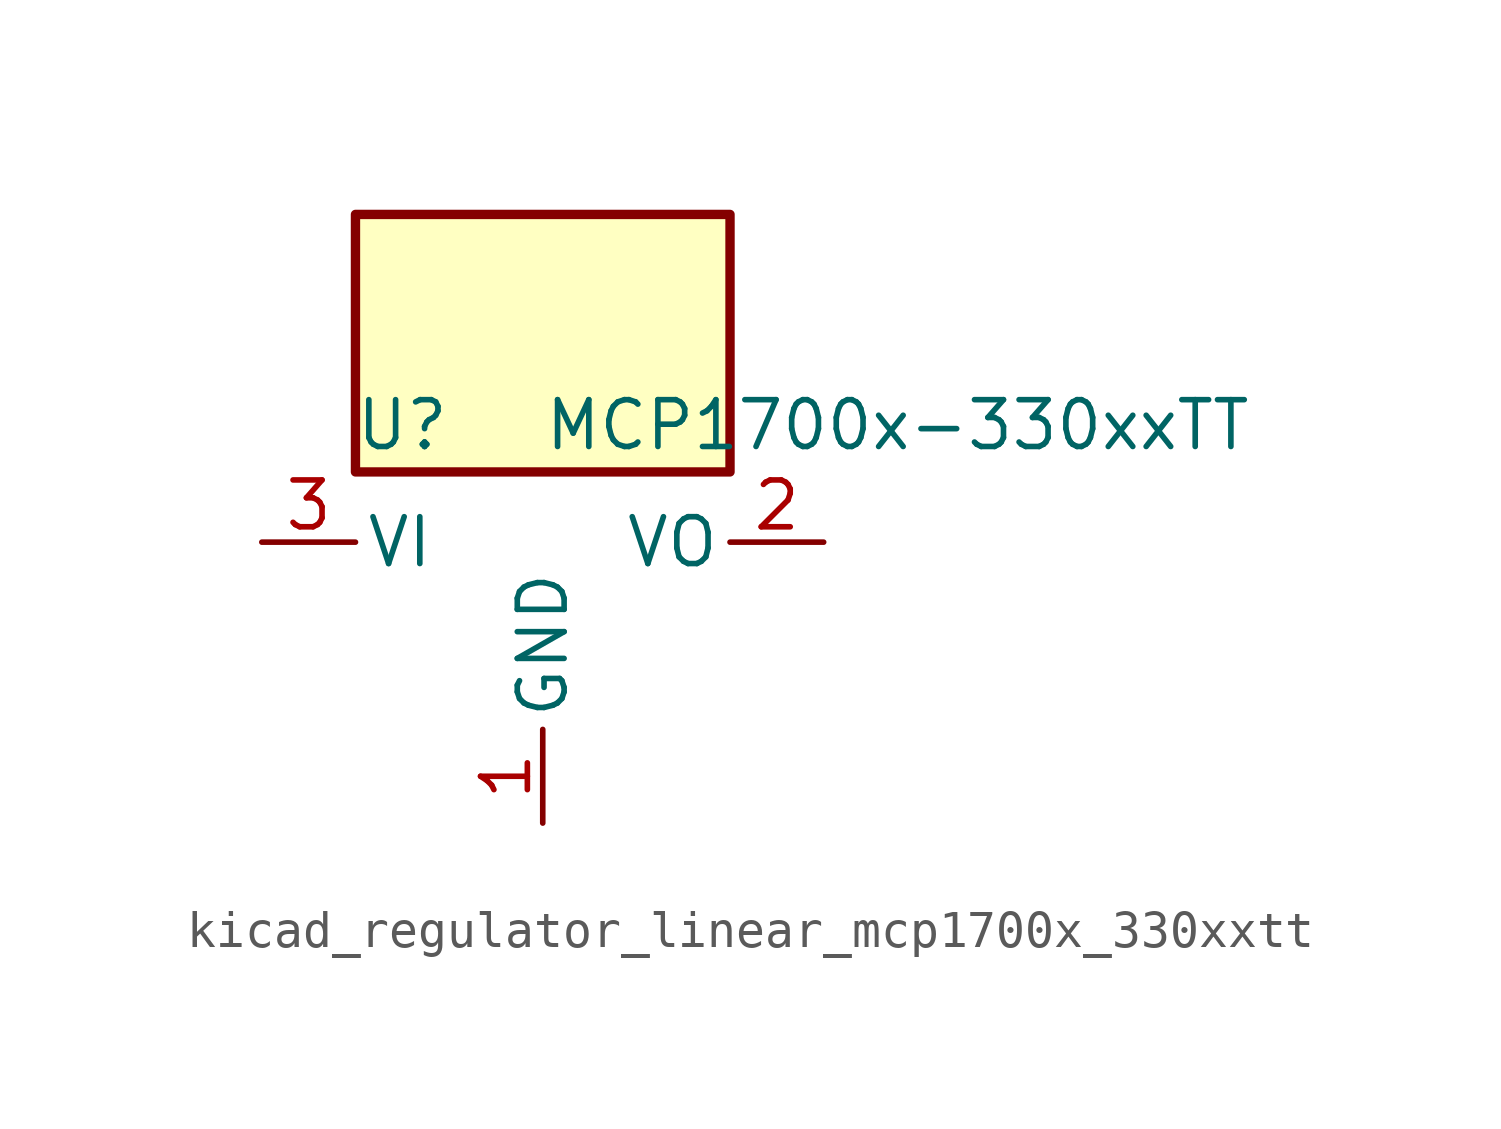
<source format=kicad_sym>
(kicad_symbol_lib
  (version 20220914)
  (generator kicad_symbol_editor)
  (symbol "kicad_regulator_linear_mcp1700x_330xxtt"
    (pin_names
      (offset 0.254))
    (property "Reference" "U"
      (at -3.81 3.175 0)
      (effects (font (size 1.27 1.27))))
    (property "Value" "MCP1700x-330xxTT"
      (at 0 3.175 0)
      (effects (font (size 1.27 1.27)) (justify left)))
    (symbol "kicad_regulator_linear_mcp1700x_330xxtt_0_1"
      (rectangle (start 5.08 8.89) (end -5.08 1.905) (stroke (width 0.254) (type default)) (fill (type background))))
    (symbol "kicad_regulator_linear_mcp1700x_330xxtt_1_1"
      (pin power_in line (at 0 -7.62 90) (length 2.54) (name "GND" (effects (font (size 1.27 1.27)))) (number "1" (effects (font (size 1.27 1.27)))))
      (pin power_out line (at 7.62 0 180) (length 2.54) (name "VO" (effects (font (size 1.27 1.27)))) (number "2" (effects (font (size 1.27 1.27)))))
      (pin power_in line (at -7.62 0 0) (length 2.54) (name "VI" (effects (font (size 1.27 1.27)))) (number "3" (effects (font (size 1.27 1.27))))))))
</source>
